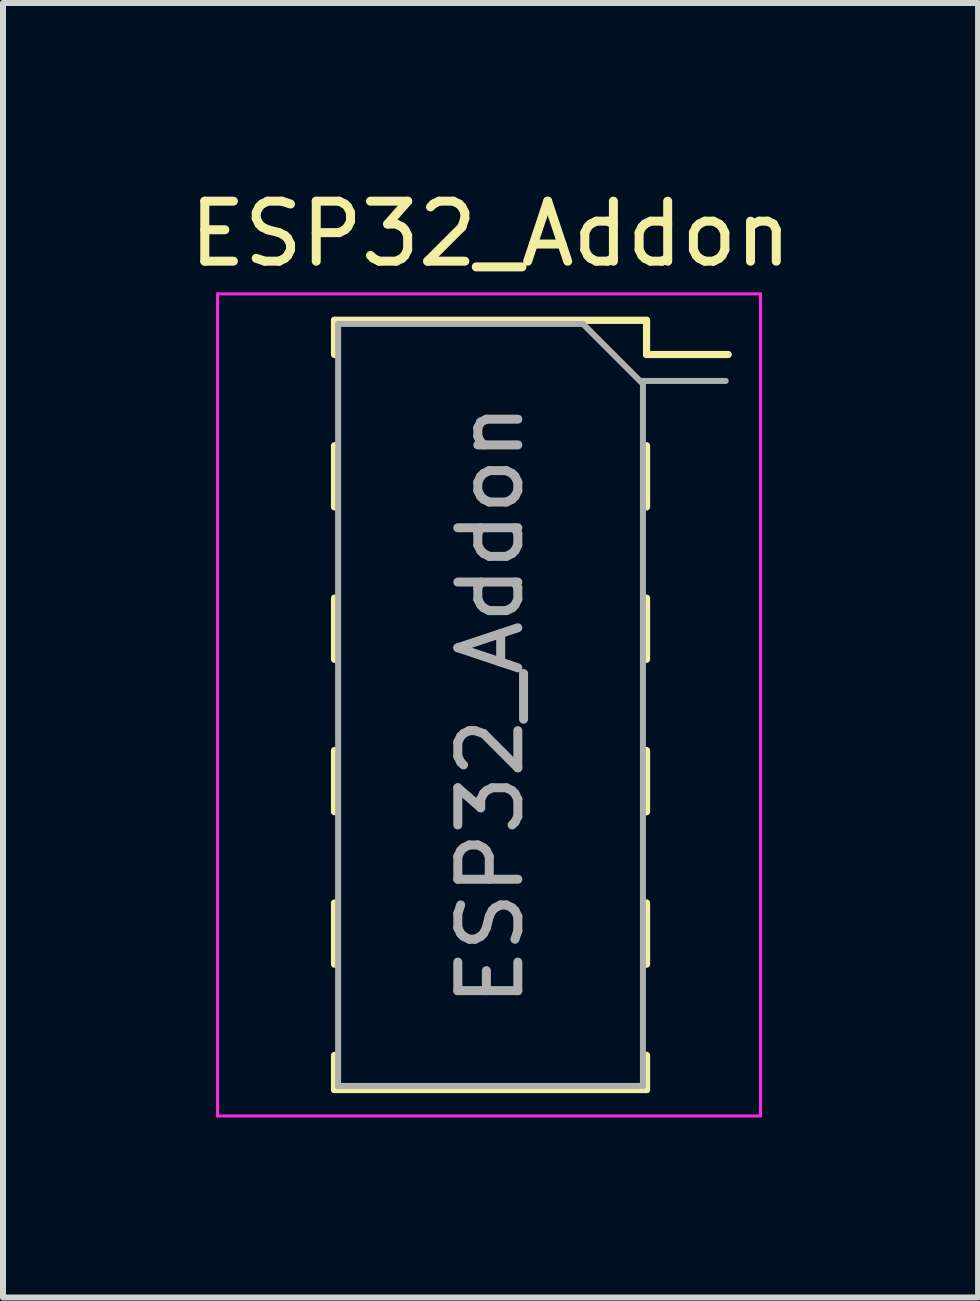
<source format=kicad_pcb>
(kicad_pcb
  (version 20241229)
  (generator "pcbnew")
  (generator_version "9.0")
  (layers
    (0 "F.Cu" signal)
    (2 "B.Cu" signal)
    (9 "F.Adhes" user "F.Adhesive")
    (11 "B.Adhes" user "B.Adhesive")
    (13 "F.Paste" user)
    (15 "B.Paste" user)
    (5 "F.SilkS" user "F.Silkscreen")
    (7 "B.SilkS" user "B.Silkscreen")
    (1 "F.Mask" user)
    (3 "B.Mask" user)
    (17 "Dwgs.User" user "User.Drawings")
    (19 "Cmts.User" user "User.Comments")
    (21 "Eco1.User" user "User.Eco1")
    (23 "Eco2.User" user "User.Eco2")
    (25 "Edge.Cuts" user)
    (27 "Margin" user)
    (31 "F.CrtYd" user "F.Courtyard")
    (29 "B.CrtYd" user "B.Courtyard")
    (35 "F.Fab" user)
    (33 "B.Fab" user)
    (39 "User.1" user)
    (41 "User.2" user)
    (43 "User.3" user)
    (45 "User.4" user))
  (footprint "ESP32_Addon"
    (layer "F.Cu")
    (at 5.125 8.698)
    (property "Reference" "ESP32_Addon" (at 0 -7.85 0) (layer "F.SilkS") (effects (font (size 1 1) (thickness 0.15))))
    (attr smd)
    (fp_line (start -2.6 -6.41) (end -2.6 -5.84) (stroke (width 0.12) (type solid)) (layer "F.SilkS"))
    (fp_line (start -2.6 -6.41) (end 2.6 -6.41) (stroke (width 0.12) (type solid)) (layer "F.SilkS"))
    (fp_line (start -2.6 -4.32) (end -2.6 -3.3) (stroke (width 0.12) (type solid)) (layer "F.SilkS"))
    (fp_line (start -2.6 -1.78) (end -2.6 -0.76) (stroke (width 0.12) (type solid)) (layer "F.SilkS"))
    (fp_line (start -2.6 0.76) (end -2.6 1.78) (stroke (width 0.12) (type solid)) (layer "F.SilkS"))
    (fp_line (start -2.6 3.3) (end -2.6 4.32) (stroke (width 0.12) (type solid)) (layer "F.SilkS"))
    (fp_line (start -2.6 5.84) (end -2.6 6.41) (stroke (width 0.12) (type solid)) (layer "F.SilkS"))
    (fp_line (start -2.6 6.41) (end 2.6 6.41) (stroke (width 0.12) (type solid)) (layer "F.SilkS"))
    (fp_line (start 2.6 -6.41) (end 2.6 -5.84) (stroke (width 0.12) (type solid)) (layer "F.SilkS"))
    (fp_line (start 2.6 -5.84) (end 3.96 -5.84) (stroke (width 0.12) (type solid)) (layer "F.SilkS"))
    (fp_line (start 2.6 -4.32) (end 2.6 -3.3) (stroke (width 0.12) (type solid)) (layer "F.SilkS"))
    (fp_line (start 2.6 -1.78) (end 2.6 -0.76) (stroke (width 0.12) (type solid)) (layer "F.SilkS"))
    (fp_line (start 2.6 0.76) (end 2.6 1.78) (stroke (width 0.12) (type solid)) (layer "F.SilkS"))
    (fp_line (start 2.6 3.3) (end 2.6 4.32) (stroke (width 0.12) (type solid)) (layer "F.SilkS"))
    (fp_line (start 2.6 5.84) (end 2.6 6.41) (stroke (width 0.12) (type solid)) (layer "F.SilkS"))
    (fp_line (start -4.55 -6.85) (end 4.5 -6.85) (stroke (width 0.05) (type solid)) (layer "F.CrtYd"))
    (fp_line (start -4.55 6.85) (end -4.55 -6.85) (stroke (width 0.05) (type solid)) (layer "F.CrtYd"))
    (fp_line (start 4.5 -6.85) (end 4.5 6.85) (stroke (width 0.05) (type solid)) (layer "F.CrtYd"))
    (fp_line (start 4.5 6.85) (end -4.55 6.85) (stroke (width 0.05) (type solid)) (layer "F.CrtYd"))
    (fp_line (start -2.54 -6.35) (end 1.54 -6.35) (stroke (width 0.1) (type solid)) (layer "F.Fab"))
    (fp_line (start -2.54 6.35) (end -2.54 -6.35) (stroke (width 0.1) (type solid)) (layer "F.Fab"))
    (fp_line (start 1.54 -6.35) (end 2.54 -5.35) (stroke (width 0.1) (type solid)) (layer "F.Fab"))
    (fp_line (start 2.54 -5.4) (end 3.92 -5.4) (stroke (width 0.1) (type solid)) (layer "F.Fab"))
    (fp_line (start 2.54 -5.35) (end 2.54 6.35) (stroke (width 0.1) (type solid)) (layer "F.Fab"))
    (fp_line (start 2.54 6.35) (end -2.54 6.35) (stroke (width 0.1) (type solid)) (layer "F.Fab"))
    (fp_text user "${REFERENCE}" (at 0 0 90) (layer "F.Fab") (effects (font (size 1 1) (thickness 0.15)))))
  (gr_rect
    (start -3 -3)
    (end 13.25 18.573)
    (stroke (width 0.1) (type default))
    (fill no)
    (layer "Edge.Cuts")))
</source>
